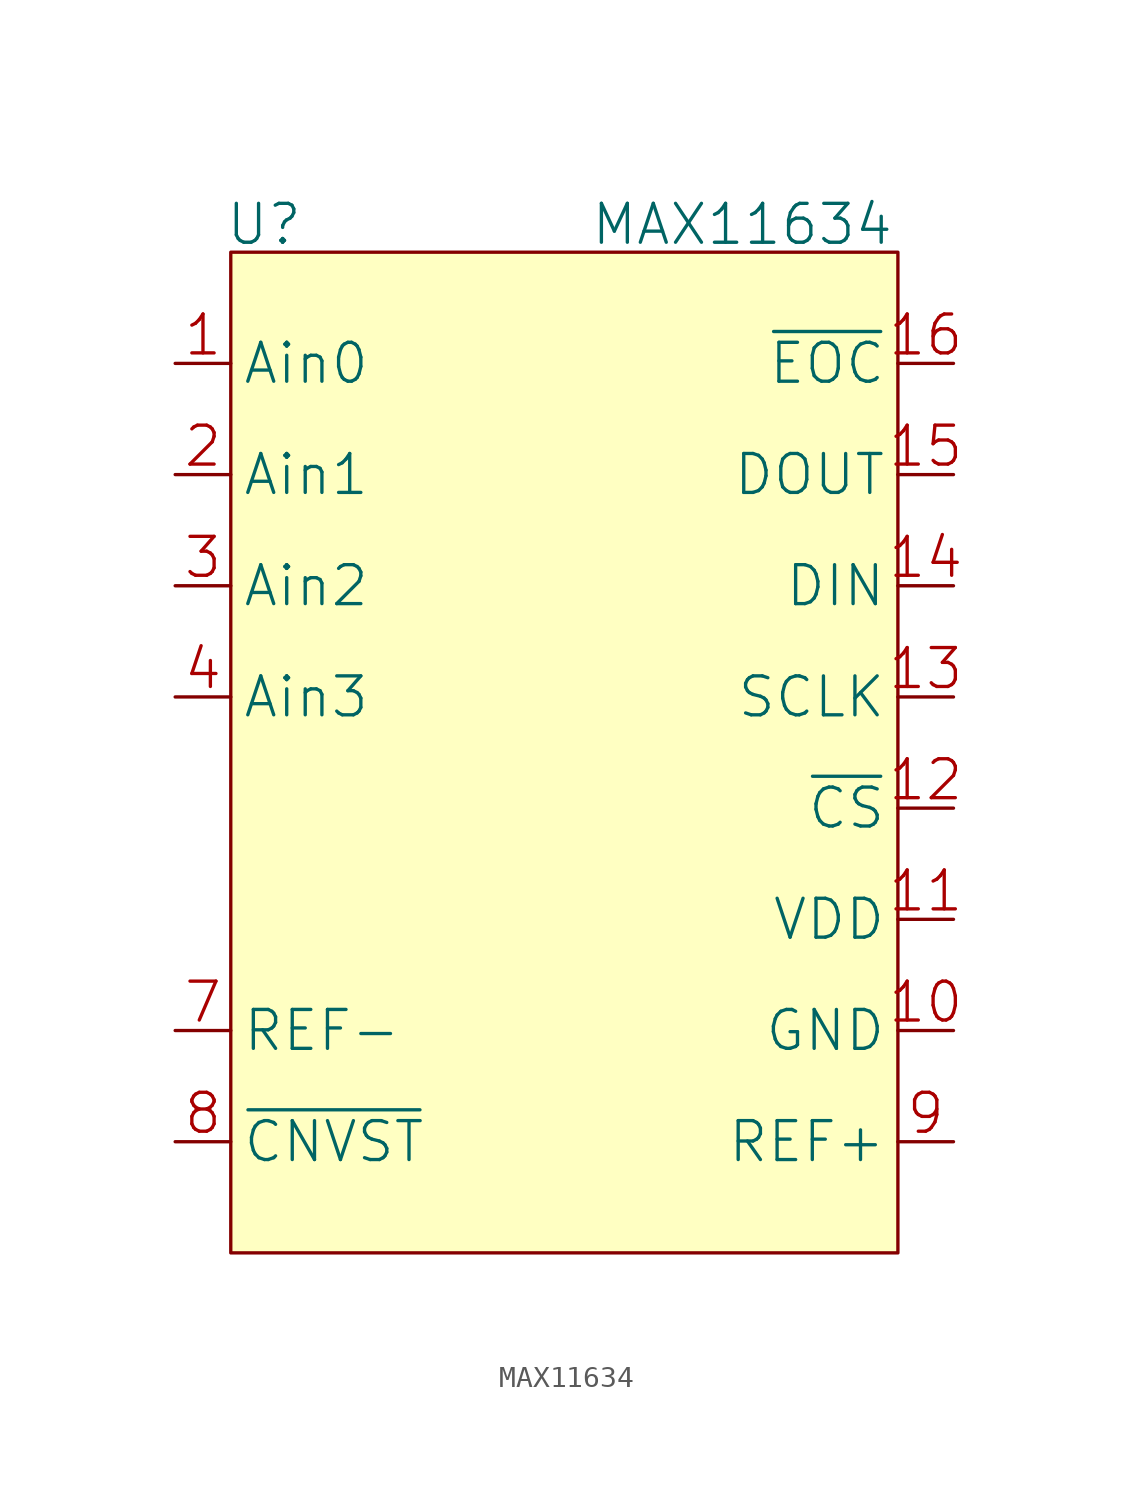
<source format=kicad_sym>
(kicad_symbol_lib
  (version 20211014)
  (generator kicad_symbol_editor)
  (symbol "MAX11634"
    (property "Reference" "U"
      (at -13.716 24.13 0)
      (effects (font (size 1.778 1.778))))
    (property "Value" "MAX11634"
      (at 8.128 24.13 0)
      (effects (font (size 1.778 1.778))))
    (symbol "MAX11634_0_1"
      (rectangle (start -15.24 22.86) (end 15.24 -22.86) (stroke (width 0) (type default) (color 0 0 0 0)) (fill (type background))))
    (symbol "MAX11634_1_1"
      (pin input line (at -17.78 17.78 0) (length 2.54) (name "Ain0" (effects (font (size 1.778 1.778)))) (number "1" (effects (font (size 1.778 1.778)))))
      (pin power_in line (at 17.78 -12.7 180) (length 2.54) (name "GND" (effects (font (size 1.778 1.778)))) (number "10" (effects (font (size 1.778 1.778)))))
      (pin power_in line (at 17.78 -7.62 180) (length 2.54) (name "VDD" (effects (font (size 1.778 1.778)))) (number "11" (effects (font (size 1.778 1.778)))))
      (pin input line (at 17.78 -2.54 180) (length 2.54) (name "~{CS}" (effects (font (size 1.778 1.778)))) (number "12" (effects (font (size 1.778 1.778)))))
      (pin input line (at 17.78 2.54 180) (length 2.54) (name "SCLK" (effects (font (size 1.778 1.778)))) (number "13" (effects (font (size 1.778 1.778)))))
      (pin input line (at 17.78 7.62 180) (length 2.54) (name "DIN" (effects (font (size 1.778 1.778)))) (number "14" (effects (font (size 1.778 1.778)))))
      (pin output line (at 17.78 12.7 180) (length 2.54) (name "DOUT" (effects (font (size 1.778 1.778)))) (number "15" (effects (font (size 1.778 1.778)))))
      (pin output line (at 17.78 17.78 180) (length 2.54) (name "~{EOC}" (effects (font (size 1.778 1.778)))) (number "16" (effects (font (size 1.778 1.778)))))
      (pin input line (at -17.78 12.7 0) (length 2.54) (name "Ain1" (effects (font (size 1.778 1.778)))) (number "2" (effects (font (size 1.778 1.778)))))
      (pin input line (at -17.78 7.62 0) (length 2.54) (name "Ain2" (effects (font (size 1.778 1.778)))) (number "3" (effects (font (size 1.778 1.778)))))
      (pin input line (at -17.78 2.54 0) (length 2.54) (name "Ain3" (effects (font (size 1.778 1.778)))) (number "4" (effects (font (size 1.778 1.778)))))
      (pin no_connect line (at -15.24 -2.54 0) (length 2.54) hide (name "N.C." (effects (font (size 1.778 1.778)))) (number "5" (effects (font (size 1.778 1.778)))))
      (pin no_connect line (at -15.24 -7.62 0) (length 2.54) hide (name "N.C." (effects (font (size 1.778 1.778)))) (number "6" (effects (font (size 1.778 1.778)))))
      (pin input line (at -17.78 -12.7 0) (length 2.54) (name "REF-" (effects (font (size 1.778 1.778)))) (number "7" (effects (font (size 1.778 1.778)))))
      (pin input line (at -17.78 -17.78 0) (length 2.54) (name "~{CNVST}" (effects (font (size 1.778 1.778)))) (number "8" (effects (font (size 1.778 1.778)))))
      (pin input line (at 17.78 -17.78 180) (length 2.54) (name "REF+" (effects (font (size 1.778 1.778)))) (number "9" (effects (font (size 1.778 1.778))))))))
</source>
